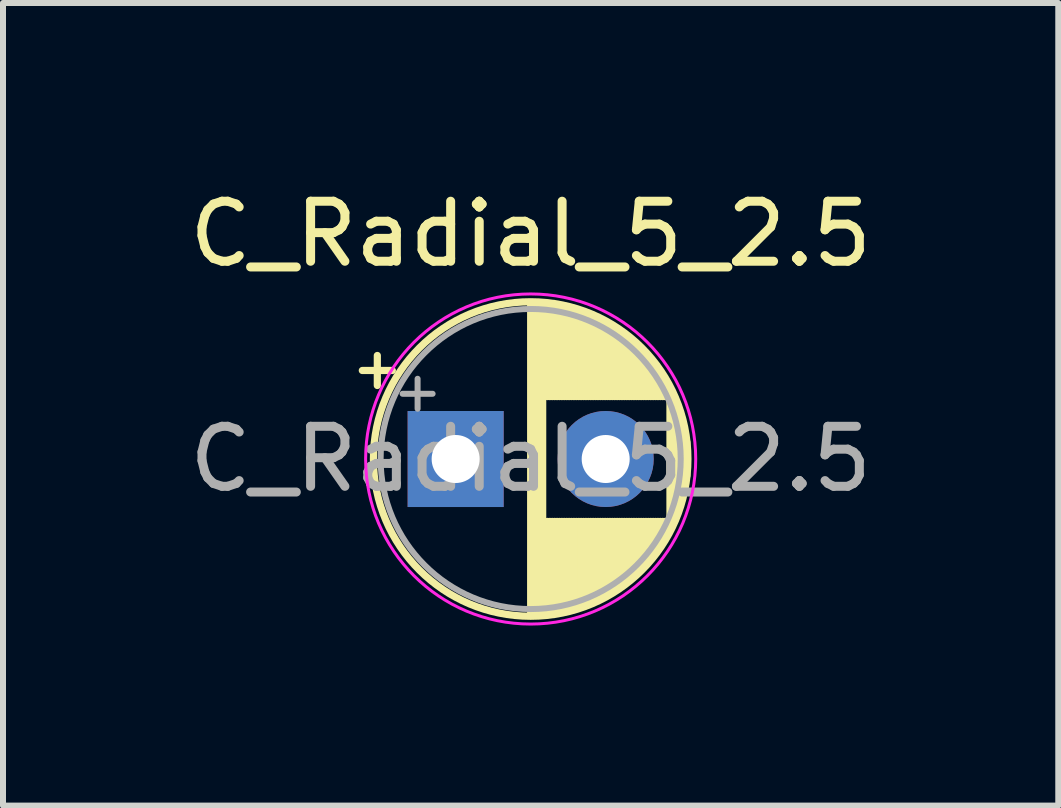
<source format=kicad_pcb>
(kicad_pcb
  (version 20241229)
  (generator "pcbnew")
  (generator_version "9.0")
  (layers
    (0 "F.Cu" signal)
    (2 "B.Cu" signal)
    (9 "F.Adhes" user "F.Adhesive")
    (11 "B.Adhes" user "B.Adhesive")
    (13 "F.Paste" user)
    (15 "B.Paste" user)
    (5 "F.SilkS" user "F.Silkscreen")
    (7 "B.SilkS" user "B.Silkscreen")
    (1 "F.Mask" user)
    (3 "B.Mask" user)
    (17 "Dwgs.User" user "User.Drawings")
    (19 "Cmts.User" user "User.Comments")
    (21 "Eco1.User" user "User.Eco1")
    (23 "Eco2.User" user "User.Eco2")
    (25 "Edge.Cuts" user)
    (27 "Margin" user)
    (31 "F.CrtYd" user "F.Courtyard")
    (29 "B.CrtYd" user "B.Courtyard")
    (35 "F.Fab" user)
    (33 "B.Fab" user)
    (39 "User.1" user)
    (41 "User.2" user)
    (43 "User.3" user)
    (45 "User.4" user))
  (footprint "C_Radial_5_2.5"
    (layer "F.Cu")
    (at 4.542 4.598)
    (property "Reference" "C_Radial_5_2.5" (at 1.25 -3.75 0) (layer "F.SilkS") (effects (font (size 1 1) (thickness 0.15))))
    (attr through_hole)
    (fp_line (start -1.555 -1.475) (end -1.055 -1.475) (stroke (width 0.12) (type solid)) (layer "F.SilkS"))
    (fp_line (start -1.305 -1.725) (end -1.305 -1.225) (stroke (width 0.12) (type solid)) (layer "F.SilkS"))
    (fp_line (start 1.25 -2.58) (end 1.25 2.58) (stroke (width 0.12) (type solid)) (layer "F.SilkS"))
    (fp_line (start 1.29 -2.58) (end 1.29 2.58) (stroke (width 0.12) (type solid)) (layer "F.SilkS"))
    (fp_line (start 1.33 -2.579) (end 1.33 2.579) (stroke (width 0.12) (type solid)) (layer "F.SilkS"))
    (fp_line (start 1.37 -2.578) (end 1.37 2.578) (stroke (width 0.12) (type solid)) (layer "F.SilkS"))
    (fp_line (start 1.41 -2.576) (end 1.41 2.576) (stroke (width 0.12) (type solid)) (layer "F.SilkS"))
    (fp_line (start 1.45 -2.573) (end 1.45 2.573) (stroke (width 0.12) (type solid)) (layer "F.SilkS"))
    (fp_line (start 1.49 -2.569) (end 1.49 -1.04) (stroke (width 0.12) (type solid)) (layer "F.SilkS"))
    (fp_line (start 1.49 1.04) (end 1.49 2.569) (stroke (width 0.12) (type solid)) (layer "F.SilkS"))
    (fp_line (start 1.53 -2.565) (end 1.53 -1.04) (stroke (width 0.12) (type solid)) (layer "F.SilkS"))
    (fp_line (start 1.53 1.04) (end 1.53 2.565) (stroke (width 0.12) (type solid)) (layer "F.SilkS"))
    (fp_line (start 1.57 -2.561) (end 1.57 -1.04) (stroke (width 0.12) (type solid)) (layer "F.SilkS"))
    (fp_line (start 1.57 1.04) (end 1.57 2.561) (stroke (width 0.12) (type solid)) (layer "F.SilkS"))
    (fp_line (start 1.61 -2.556) (end 1.61 -1.04) (stroke (width 0.12) (type solid)) (layer "F.SilkS"))
    (fp_line (start 1.61 1.04) (end 1.61 2.556) (stroke (width 0.12) (type solid)) (layer "F.SilkS"))
    (fp_line (start 1.65 -2.55) (end 1.65 -1.04) (stroke (width 0.12) (type solid)) (layer "F.SilkS"))
    (fp_line (start 1.65 1.04) (end 1.65 2.55) (stroke (width 0.12) (type solid)) (layer "F.SilkS"))
    (fp_line (start 1.69 -2.543) (end 1.69 -1.04) (stroke (width 0.12) (type solid)) (layer "F.SilkS"))
    (fp_line (start 1.69 1.04) (end 1.69 2.543) (stroke (width 0.12) (type solid)) (layer "F.SilkS"))
    (fp_line (start 1.73 -2.536) (end 1.73 -1.04) (stroke (width 0.12) (type solid)) (layer "F.SilkS"))
    (fp_line (start 1.73 1.04) (end 1.73 2.536) (stroke (width 0.12) (type solid)) (layer "F.SilkS"))
    (fp_line (start 1.77 -2.528) (end 1.77 -1.04) (stroke (width 0.12) (type solid)) (layer "F.SilkS"))
    (fp_line (start 1.77 1.04) (end 1.77 2.528) (stroke (width 0.12) (type solid)) (layer "F.SilkS"))
    (fp_line (start 1.81 -2.52) (end 1.81 -1.04) (stroke (width 0.12) (type solid)) (layer "F.SilkS"))
    (fp_line (start 1.81 1.04) (end 1.81 2.52) (stroke (width 0.12) (type solid)) (layer "F.SilkS"))
    (fp_line (start 1.85 -2.511) (end 1.85 -1.04) (stroke (width 0.12) (type solid)) (layer "F.SilkS"))
    (fp_line (start 1.85 1.04) (end 1.85 2.511) (stroke (width 0.12) (type solid)) (layer "F.SilkS"))
    (fp_line (start 1.89 -2.501) (end 1.89 -1.04) (stroke (width 0.12) (type solid)) (layer "F.SilkS"))
    (fp_line (start 1.89 1.04) (end 1.89 2.501) (stroke (width 0.12) (type solid)) (layer "F.SilkS"))
    (fp_line (start 1.93 -2.491) (end 1.93 -1.04) (stroke (width 0.12) (type solid)) (layer "F.SilkS"))
    (fp_line (start 1.93 1.04) (end 1.93 2.491) (stroke (width 0.12) (type solid)) (layer "F.SilkS"))
    (fp_line (start 1.971 -2.48) (end 1.971 -1.04) (stroke (width 0.12) (type solid)) (layer "F.SilkS"))
    (fp_line (start 1.971 1.04) (end 1.971 2.48) (stroke (width 0.12) (type solid)) (layer "F.SilkS"))
    (fp_line (start 2.011 -2.468) (end 2.011 -1.04) (stroke (width 0.12) (type solid)) (layer "F.SilkS"))
    (fp_line (start 2.011 1.04) (end 2.011 2.468) (stroke (width 0.12) (type solid)) (layer "F.SilkS"))
    (fp_line (start 2.051 -2.455) (end 2.051 -1.04) (stroke (width 0.12) (type solid)) (layer "F.SilkS"))
    (fp_line (start 2.051 1.04) (end 2.051 2.455) (stroke (width 0.12) (type solid)) (layer "F.SilkS"))
    (fp_line (start 2.091 -2.442) (end 2.091 -1.04) (stroke (width 0.12) (type solid)) (layer "F.SilkS"))
    (fp_line (start 2.091 1.04) (end 2.091 2.442) (stroke (width 0.12) (type solid)) (layer "F.SilkS"))
    (fp_line (start 2.131 -2.428) (end 2.131 -1.04) (stroke (width 0.12) (type solid)) (layer "F.SilkS"))
    (fp_line (start 2.131 1.04) (end 2.131 2.428) (stroke (width 0.12) (type solid)) (layer "F.SilkS"))
    (fp_line (start 2.171 -2.414) (end 2.171 -1.04) (stroke (width 0.12) (type solid)) (layer "F.SilkS"))
    (fp_line (start 2.171 1.04) (end 2.171 2.414) (stroke (width 0.12) (type solid)) (layer "F.SilkS"))
    (fp_line (start 2.211 -2.398) (end 2.211 -1.04) (stroke (width 0.12) (type solid)) (layer "F.SilkS"))
    (fp_line (start 2.211 1.04) (end 2.211 2.398) (stroke (width 0.12) (type solid)) (layer "F.SilkS"))
    (fp_line (start 2.251 -2.382) (end 2.251 -1.04) (stroke (width 0.12) (type solid)) (layer "F.SilkS"))
    (fp_line (start 2.251 1.04) (end 2.251 2.382) (stroke (width 0.12) (type solid)) (layer "F.SilkS"))
    (fp_line (start 2.291 -2.365) (end 2.291 -1.04) (stroke (width 0.12) (type solid)) (layer "F.SilkS"))
    (fp_line (start 2.291 1.04) (end 2.291 2.365) (stroke (width 0.12) (type solid)) (layer "F.SilkS"))
    (fp_line (start 2.331 -2.348) (end 2.331 -1.04) (stroke (width 0.12) (type solid)) (layer "F.SilkS"))
    (fp_line (start 2.331 1.04) (end 2.331 2.348) (stroke (width 0.12) (type solid)) (layer "F.SilkS"))
    (fp_line (start 2.371 -2.329) (end 2.371 -1.04) (stroke (width 0.12) (type solid)) (layer "F.SilkS"))
    (fp_line (start 2.371 1.04) (end 2.371 2.329) (stroke (width 0.12) (type solid)) (layer "F.SilkS"))
    (fp_line (start 2.411 -2.31) (end 2.411 -1.04) (stroke (width 0.12) (type solid)) (layer "F.SilkS"))
    (fp_line (start 2.411 1.04) (end 2.411 2.31) (stroke (width 0.12) (type solid)) (layer "F.SilkS"))
    (fp_line (start 2.451 -2.29) (end 2.451 -1.04) (stroke (width 0.12) (type solid)) (layer "F.SilkS"))
    (fp_line (start 2.451 1.04) (end 2.451 2.29) (stroke (width 0.12) (type solid)) (layer "F.SilkS"))
    (fp_line (start 2.491 -2.268) (end 2.491 -1.04) (stroke (width 0.12) (type solid)) (layer "F.SilkS"))
    (fp_line (start 2.491 1.04) (end 2.491 2.268) (stroke (width 0.12) (type solid)) (layer "F.SilkS"))
    (fp_line (start 2.531 -2.247) (end 2.531 -1.04) (stroke (width 0.12) (type solid)) (layer "F.SilkS"))
    (fp_line (start 2.531 1.04) (end 2.531 2.247) (stroke (width 0.12) (type solid)) (layer "F.SilkS"))
    (fp_line (start 2.571 -2.224) (end 2.571 -1.04) (stroke (width 0.12) (type solid)) (layer "F.SilkS"))
    (fp_line (start 2.571 1.04) (end 2.571 2.224) (stroke (width 0.12) (type solid)) (layer "F.SilkS"))
    (fp_line (start 2.611 -2.2) (end 2.611 -1.04) (stroke (width 0.12) (type solid)) (layer "F.SilkS"))
    (fp_line (start 2.611 1.04) (end 2.611 2.2) (stroke (width 0.12) (type solid)) (layer "F.SilkS"))
    (fp_line (start 2.651 -2.175) (end 2.651 -1.04) (stroke (width 0.12) (type solid)) (layer "F.SilkS"))
    (fp_line (start 2.651 1.04) (end 2.651 2.175) (stroke (width 0.12) (type solid)) (layer "F.SilkS"))
    (fp_line (start 2.691 -2.149) (end 2.691 -1.04) (stroke (width 0.12) (type solid)) (layer "F.SilkS"))
    (fp_line (start 2.691 1.04) (end 2.691 2.149) (stroke (width 0.12) (type solid)) (layer "F.SilkS"))
    (fp_line (start 2.731 -2.122) (end 2.731 -1.04) (stroke (width 0.12) (type solid)) (layer "F.SilkS"))
    (fp_line (start 2.731 1.04) (end 2.731 2.122) (stroke (width 0.12) (type solid)) (layer "F.SilkS"))
    (fp_line (start 2.771 -2.095) (end 2.771 -1.04) (stroke (width 0.12) (type solid)) (layer "F.SilkS"))
    (fp_line (start 2.771 1.04) (end 2.771 2.095) (stroke (width 0.12) (type solid)) (layer "F.SilkS"))
    (fp_line (start 2.811 -2.065) (end 2.811 -1.04) (stroke (width 0.12) (type solid)) (layer "F.SilkS"))
    (fp_line (start 2.811 1.04) (end 2.811 2.065) (stroke (width 0.12) (type solid)) (layer "F.SilkS"))
    (fp_line (start 2.851 -2.035) (end 2.851 -1.04) (stroke (width 0.12) (type solid)) (layer "F.SilkS"))
    (fp_line (start 2.851 1.04) (end 2.851 2.035) (stroke (width 0.12) (type solid)) (layer "F.SilkS"))
    (fp_line (start 2.891 -2.004) (end 2.891 -1.04) (stroke (width 0.12) (type solid)) (layer "F.SilkS"))
    (fp_line (start 2.891 1.04) (end 2.891 2.004) (stroke (width 0.12) (type solid)) (layer "F.SilkS"))
    (fp_line (start 2.931 -1.971) (end 2.931 -1.04) (stroke (width 0.12) (type solid)) (layer "F.SilkS"))
    (fp_line (start 2.931 1.04) (end 2.931 1.971) (stroke (width 0.12) (type solid)) (layer "F.SilkS"))
    (fp_line (start 2.971 -1.937) (end 2.971 -1.04) (stroke (width 0.12) (type solid)) (layer "F.SilkS"))
    (fp_line (start 2.971 1.04) (end 2.971 1.937) (stroke (width 0.12) (type solid)) (layer "F.SilkS"))
    (fp_line (start 3.011 -1.901) (end 3.011 -1.04) (stroke (width 0.12) (type solid)) (layer "F.SilkS"))
    (fp_line (start 3.011 1.04) (end 3.011 1.901) (stroke (width 0.12) (type solid)) (layer "F.SilkS"))
    (fp_line (start 3.051 -1.864) (end 3.051 -1.04) (stroke (width 0.12) (type solid)) (layer "F.SilkS"))
    (fp_line (start 3.051 1.04) (end 3.051 1.864) (stroke (width 0.12) (type solid)) (layer "F.SilkS"))
    (fp_line (start 3.091 -1.826) (end 3.091 -1.04) (stroke (width 0.12) (type solid)) (layer "F.SilkS"))
    (fp_line (start 3.091 1.04) (end 3.091 1.826) (stroke (width 0.12) (type solid)) (layer "F.SilkS"))
    (fp_line (start 3.131 -1.785) (end 3.131 -1.04) (stroke (width 0.12) (type solid)) (layer "F.SilkS"))
    (fp_line (start 3.131 1.04) (end 3.131 1.785) (stroke (width 0.12) (type solid)) (layer "F.SilkS"))
    (fp_line (start 3.171 -1.743) (end 3.171 -1.04) (stroke (width 0.12) (type solid)) (layer "F.SilkS"))
    (fp_line (start 3.171 1.04) (end 3.171 1.743) (stroke (width 0.12) (type solid)) (layer "F.SilkS"))
    (fp_line (start 3.211 -1.699) (end 3.211 -1.04) (stroke (width 0.12) (type solid)) (layer "F.SilkS"))
    (fp_line (start 3.211 1.04) (end 3.211 1.699) (stroke (width 0.12) (type solid)) (layer "F.SilkS"))
    (fp_line (start 3.251 -1.653) (end 3.251 -1.04) (stroke (width 0.12) (type solid)) (layer "F.SilkS"))
    (fp_line (start 3.251 1.04) (end 3.251 1.653) (stroke (width 0.12) (type solid)) (layer "F.SilkS"))
    (fp_line (start 3.291 -1.605) (end 3.291 -1.04) (stroke (width 0.12) (type solid)) (layer "F.SilkS"))
    (fp_line (start 3.291 1.04) (end 3.291 1.605) (stroke (width 0.12) (type solid)) (layer "F.SilkS"))
    (fp_line (start 3.331 -1.554) (end 3.331 -1.04) (stroke (width 0.12) (type solid)) (layer "F.SilkS"))
    (fp_line (start 3.331 1.04) (end 3.331 1.554) (stroke (width 0.12) (type solid)) (layer "F.SilkS"))
    (fp_line (start 3.371 -1.5) (end 3.371 -1.04) (stroke (width 0.12) (type solid)) (layer "F.SilkS"))
    (fp_line (start 3.371 1.04) (end 3.371 1.5) (stroke (width 0.12) (type solid)) (layer "F.SilkS"))
    (fp_line (start 3.411 -1.443) (end 3.411 -1.04) (stroke (width 0.12) (type solid)) (layer "F.SilkS"))
    (fp_line (start 3.411 1.04) (end 3.411 1.443) (stroke (width 0.12) (type solid)) (layer "F.SilkS"))
    (fp_line (start 3.451 -1.383) (end 3.451 -1.04) (stroke (width 0.12) (type solid)) (layer "F.SilkS"))
    (fp_line (start 3.451 1.04) (end 3.451 1.383) (stroke (width 0.12) (type solid)) (layer "F.SilkS"))
    (fp_line (start 3.491 -1.319) (end 3.491 -1.04) (stroke (width 0.12) (type solid)) (layer "F.SilkS"))
    (fp_line (start 3.491 1.04) (end 3.491 1.319) (stroke (width 0.12) (type solid)) (layer "F.SilkS"))
    (fp_line (start 3.531 -1.251) (end 3.531 -1.04) (stroke (width 0.12) (type solid)) (layer "F.SilkS"))
    (fp_line (start 3.531 1.04) (end 3.531 1.251) (stroke (width 0.12) (type solid)) (layer "F.SilkS"))
    (fp_line (start 3.571 -1.178) (end 3.571 1.178) (stroke (width 0.12) (type solid)) (layer "F.SilkS"))
    (fp_line (start 3.611 -1.098) (end 3.611 1.098) (stroke (width 0.12) (type solid)) (layer "F.SilkS"))
    (fp_line (start 3.651 -1.011) (end 3.651 1.011) (stroke (width 0.12) (type solid)) (layer "F.SilkS"))
    (fp_line (start 3.691 -0.915) (end 3.691 0.915) (stroke (width 0.12) (type solid)) (layer "F.SilkS"))
    (fp_line (start 3.731 -0.805) (end 3.731 0.805) (stroke (width 0.12) (type solid)) (layer "F.SilkS"))
    (fp_line (start 3.771 -0.677) (end 3.771 0.677) (stroke (width 0.12) (type solid)) (layer "F.SilkS"))
    (fp_line (start 3.811 -0.518) (end 3.811 0.518) (stroke (width 0.12) (type solid)) (layer "F.SilkS"))
    (fp_line (start 3.851 -0.284) (end 3.851 0.284) (stroke (width 0.12) (type solid)) (layer "F.SilkS"))
    (fp_circle (center 1.25 0) (end 3.87 0) (stroke (width 0.12) (type solid)) (fill no) (layer "F.SilkS"))
    (fp_circle (center 1.25 0) (end 4 0) (stroke (width 0.05) (type solid)) (fill no) (layer "F.CrtYd"))
    (fp_line (start -0.884 -1.087) (end -0.384 -1.087) (stroke (width 0.1) (type solid)) (layer "F.Fab"))
    (fp_line (start -0.634 -1.337) (end -0.634 -0.838) (stroke (width 0.1) (type solid)) (layer "F.Fab"))
    (fp_circle (center 1.25 0) (end 3.75 0) (stroke (width 0.1) (type solid)) (fill no) (layer "F.Fab"))
    (fp_text user "${REFERENCE}" (at 1.25 0 0) (layer "F.Fab") (effects (font (size 1 1) (thickness 0.15))))
    (pad "1" thru_hole rect (at 0 0) (size 1.6 1.6) (drill 0.8) (layers "*.Cu" "*.Mask"))
    (pad "2" thru_hole circle (at 2.5 0) (size 1.6 1.6) (drill 0.8) (layers "*.Cu" "*.Mask")))
  (gr_rect
    (start -3 -3)
    (end 14.583 10.373)
    (stroke (width 0.1) (type default))
    (fill no)
    (layer "Edge.Cuts")))
</source>
